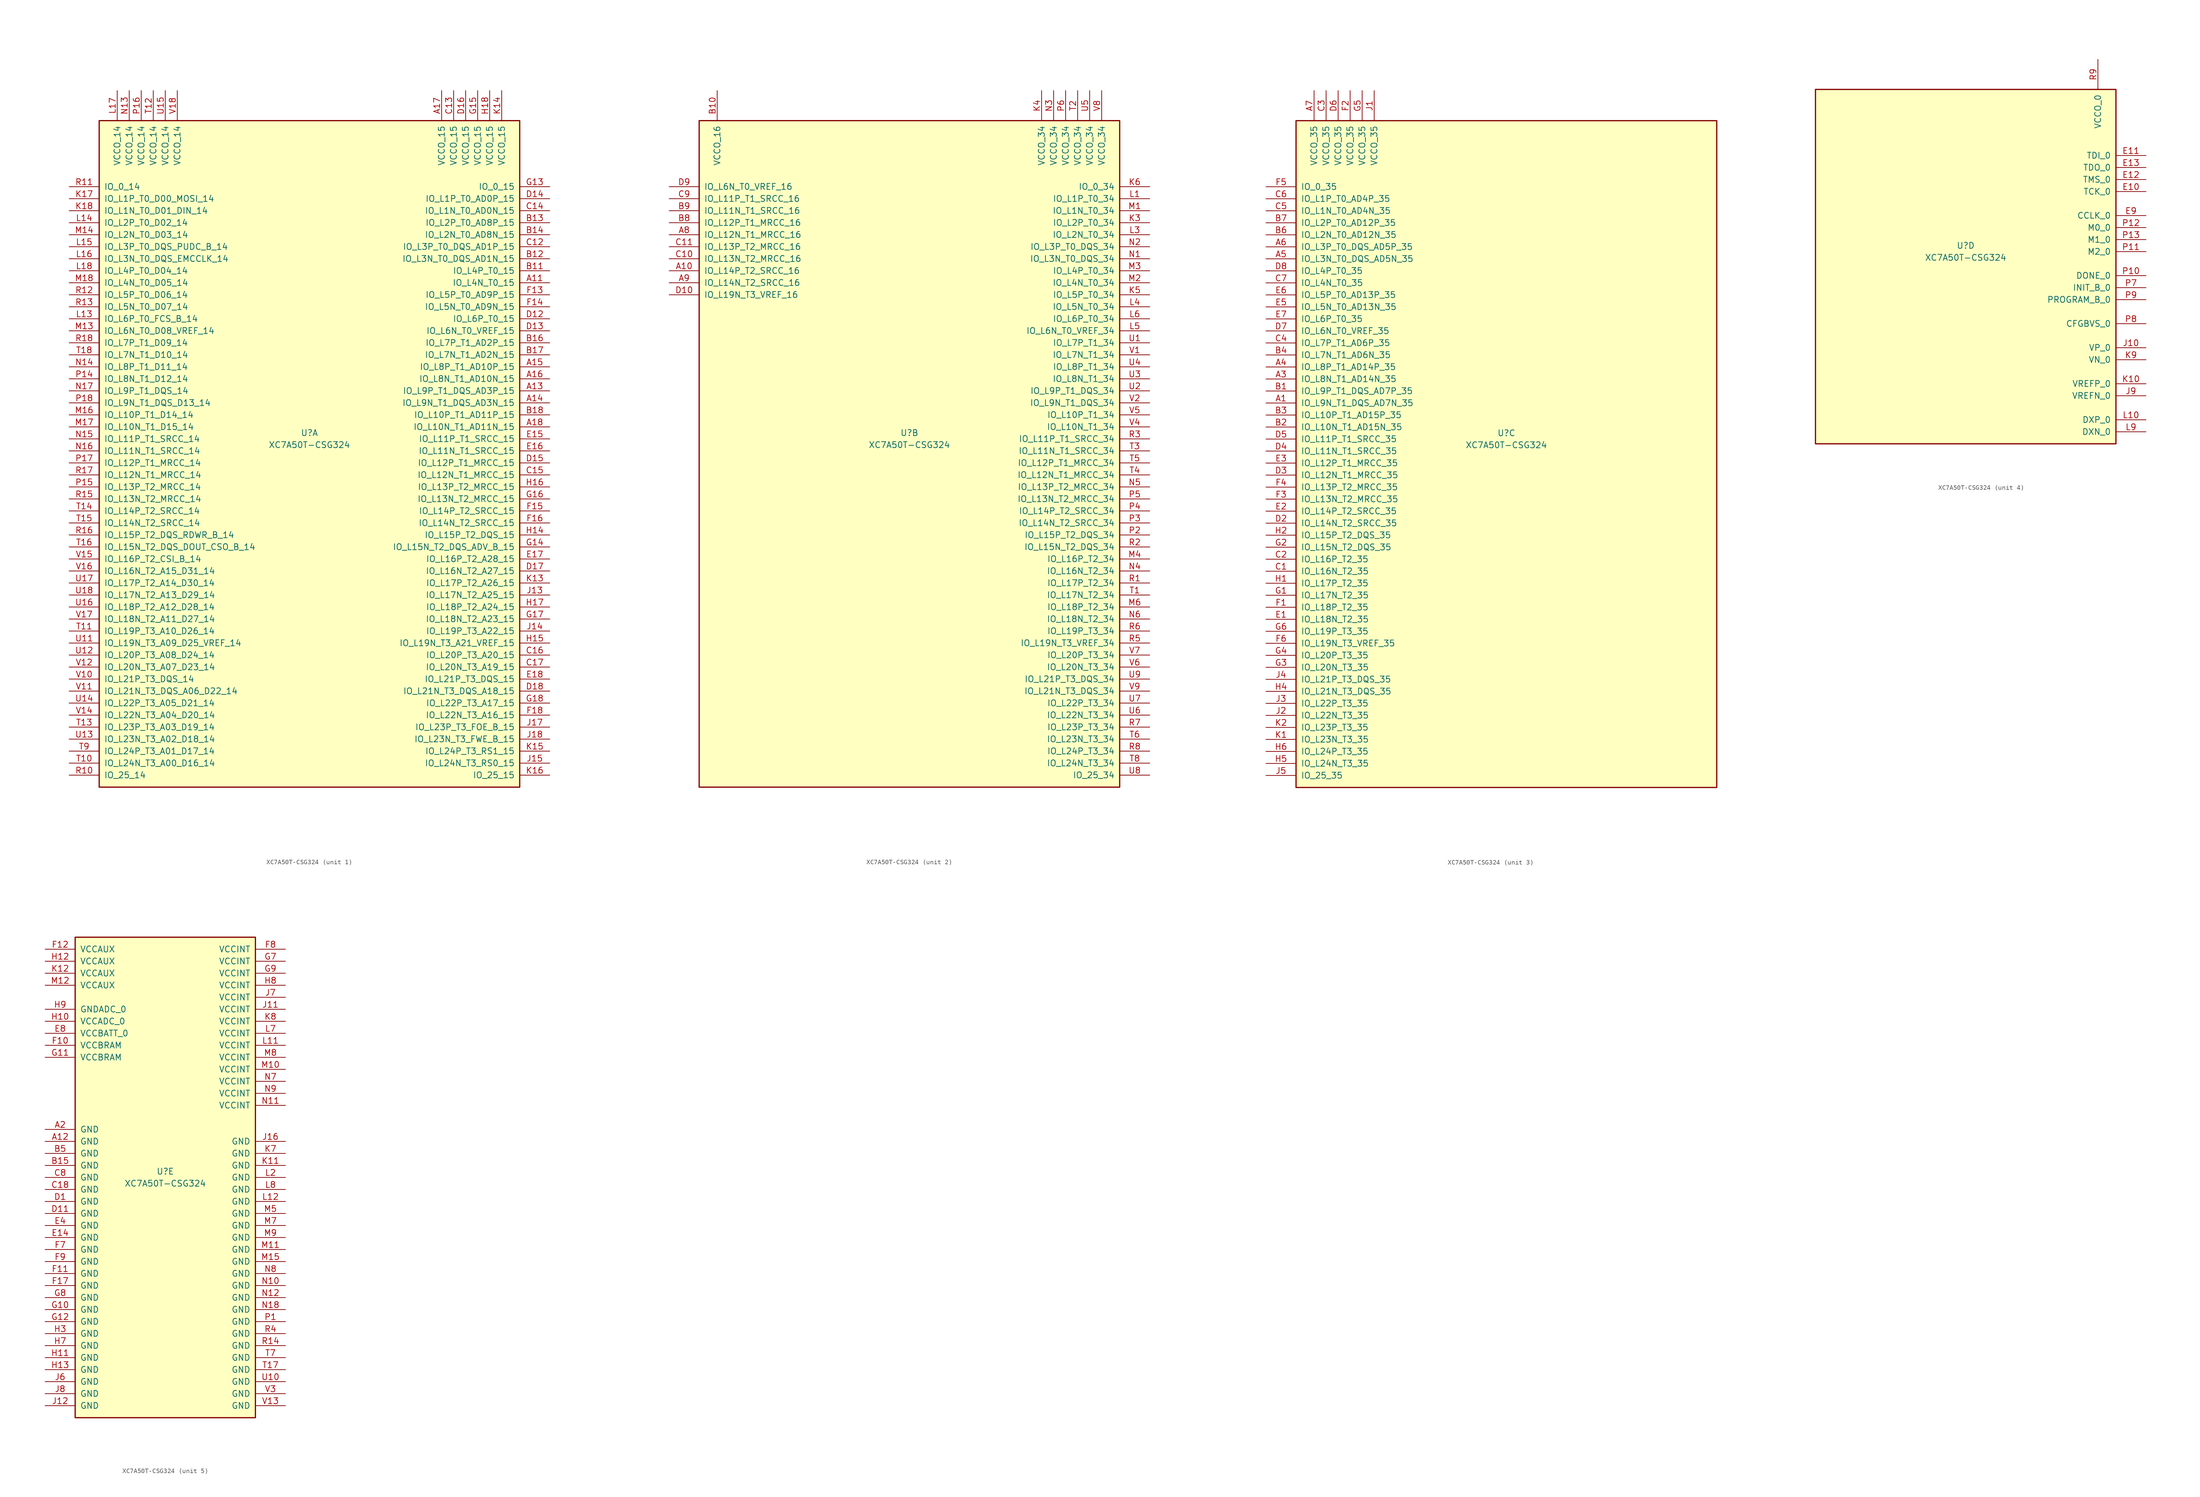
<source format=kicad_sym>
(kicad_symbol_lib
  (version 20220914)
  (generator kicad_symbol_editor)
  (symbol "XC7A50T-CSG324"
    (pin_names
      (offset 1.016))
    (property "Reference" "U"
      (at 0 1.27 0)
      (effects (font (size 1.27 1.27))))
    (property "Value" "XC7A50T-CSG324"
      (at 0 -1.27 0)
      (effects (font (size 1.27 1.27))))
    (property "Datasheet" ""
      (at 0 0 0)
      (effects (font (size 1.27 1.27))))
    (property "ki_locked" ""
      (at 0 0 0)
      (effects (font (size 1.27 1.27))))
    (symbol "XC7A50T-CSG324_1_1"
      (rectangle (start -44.45 67.31) (end 44.45 -73.66) (stroke (width 0.254) (type default)) (fill (type background)))
      (pin bidirectional line (at 50.8 33.02 180) (length 6.35) (name "IO_L4N_T0_15" (effects (font (size 1.27 1.27)))) (number "A11" (effects (font (size 1.27 1.27)))))
      (pin bidirectional line (at 50.8 10.16 180) (length 6.35) (name "IO_L9P_T1_DQS_AD3P_15" (effects (font (size 1.27 1.27)))) (number "A13" (effects (font (size 1.27 1.27)))))
      (pin bidirectional line (at 50.8 7.62 180) (length 6.35) (name "IO_L9N_T1_DQS_AD3N_15" (effects (font (size 1.27 1.27)))) (number "A14" (effects (font (size 1.27 1.27)))))
      (pin bidirectional line (at 50.8 15.24 180) (length 6.35) (name "IO_L8P_T1_AD10P_15" (effects (font (size 1.27 1.27)))) (number "A15" (effects (font (size 1.27 1.27)))))
      (pin bidirectional line (at 50.8 12.7 180) (length 6.35) (name "IO_L8N_T1_AD10N_15" (effects (font (size 1.27 1.27)))) (number "A16" (effects (font (size 1.27 1.27)))))
      (pin power_in line (at 27.94 73.66 270) (length 6.35) (name "VCCO_15" (effects (font (size 1.27 1.27)))) (number "A17" (effects (font (size 1.27 1.27)))))
      (pin bidirectional line (at 50.8 2.54 180) (length 6.35) (name "IO_L10N_T1_AD11N_15" (effects (font (size 1.27 1.27)))) (number "A18" (effects (font (size 1.27 1.27)))))
      (pin bidirectional line (at 50.8 35.56 180) (length 6.35) (name "IO_L4P_T0_15" (effects (font (size 1.27 1.27)))) (number "B11" (effects (font (size 1.27 1.27)))))
      (pin bidirectional line (at 50.8 38.1 180) (length 6.35) (name "IO_L3N_T0_DQS_AD1N_15" (effects (font (size 1.27 1.27)))) (number "B12" (effects (font (size 1.27 1.27)))))
      (pin bidirectional line (at 50.8 45.72 180) (length 6.35) (name "IO_L2P_T0_AD8P_15" (effects (font (size 1.27 1.27)))) (number "B13" (effects (font (size 1.27 1.27)))))
      (pin bidirectional line (at 50.8 43.18 180) (length 6.35) (name "IO_L2N_T0_AD8N_15" (effects (font (size 1.27 1.27)))) (number "B14" (effects (font (size 1.27 1.27)))))
      (pin bidirectional line (at 50.8 20.32 180) (length 6.35) (name "IO_L7P_T1_AD2P_15" (effects (font (size 1.27 1.27)))) (number "B16" (effects (font (size 1.27 1.27)))))
      (pin bidirectional line (at 50.8 17.78 180) (length 6.35) (name "IO_L7N_T1_AD2N_15" (effects (font (size 1.27 1.27)))) (number "B17" (effects (font (size 1.27 1.27)))))
      (pin bidirectional line (at 50.8 5.08 180) (length 6.35) (name "IO_L10P_T1_AD11P_15" (effects (font (size 1.27 1.27)))) (number "B18" (effects (font (size 1.27 1.27)))))
      (pin bidirectional line (at 50.8 40.64 180) (length 6.35) (name "IO_L3P_T0_DQS_AD1P_15" (effects (font (size 1.27 1.27)))) (number "C12" (effects (font (size 1.27 1.27)))))
      (pin power_in line (at 30.48 73.66 270) (length 6.35) (name "VCCO_15" (effects (font (size 1.27 1.27)))) (number "C13" (effects (font (size 1.27 1.27)))))
      (pin bidirectional line (at 50.8 48.26 180) (length 6.35) (name "IO_L1N_T0_AD0N_15" (effects (font (size 1.27 1.27)))) (number "C14" (effects (font (size 1.27 1.27)))))
      (pin bidirectional line (at 50.8 -7.62 180) (length 6.35) (name "IO_L12N_T1_MRCC_15" (effects (font (size 1.27 1.27)))) (number "C15" (effects (font (size 1.27 1.27)))))
      (pin bidirectional line (at 50.8 -45.72 180) (length 6.35) (name "IO_L20P_T3_A20_15" (effects (font (size 1.27 1.27)))) (number "C16" (effects (font (size 1.27 1.27)))))
      (pin bidirectional line (at 50.8 -48.26 180) (length 6.35) (name "IO_L20N_T3_A19_15" (effects (font (size 1.27 1.27)))) (number "C17" (effects (font (size 1.27 1.27)))))
      (pin bidirectional line (at 50.8 25.4 180) (length 6.35) (name "IO_L6P_T0_15" (effects (font (size 1.27 1.27)))) (number "D12" (effects (font (size 1.27 1.27)))))
      (pin bidirectional line (at 50.8 22.86 180) (length 6.35) (name "IO_L6N_T0_VREF_15" (effects (font (size 1.27 1.27)))) (number "D13" (effects (font (size 1.27 1.27)))))
      (pin bidirectional line (at 50.8 50.8 180) (length 6.35) (name "IO_L1P_T0_AD0P_15" (effects (font (size 1.27 1.27)))) (number "D14" (effects (font (size 1.27 1.27)))))
      (pin bidirectional line (at 50.8 -5.08 180) (length 6.35) (name "IO_L12P_T1_MRCC_15" (effects (font (size 1.27 1.27)))) (number "D15" (effects (font (size 1.27 1.27)))))
      (pin power_in line (at 33.02 73.66 270) (length 6.35) (name "VCCO_15" (effects (font (size 1.27 1.27)))) (number "D16" (effects (font (size 1.27 1.27)))))
      (pin bidirectional line (at 50.8 -27.94 180) (length 6.35) (name "IO_L16N_T2_A27_15" (effects (font (size 1.27 1.27)))) (number "D17" (effects (font (size 1.27 1.27)))))
      (pin bidirectional line (at 50.8 -53.34 180) (length 6.35) (name "IO_L21N_T3_DQS_A18_15" (effects (font (size 1.27 1.27)))) (number "D18" (effects (font (size 1.27 1.27)))))
      (pin bidirectional line (at 50.8 0 180) (length 6.35) (name "IO_L11P_T1_SRCC_15" (effects (font (size 1.27 1.27)))) (number "E15" (effects (font (size 1.27 1.27)))))
      (pin bidirectional line (at 50.8 -2.54 180) (length 6.35) (name "IO_L11N_T1_SRCC_15" (effects (font (size 1.27 1.27)))) (number "E16" (effects (font (size 1.27 1.27)))))
      (pin bidirectional line (at 50.8 -25.4 180) (length 6.35) (name "IO_L16P_T2_A28_15" (effects (font (size 1.27 1.27)))) (number "E17" (effects (font (size 1.27 1.27)))))
      (pin bidirectional line (at 50.8 -50.8 180) (length 6.35) (name "IO_L21P_T3_DQS_15" (effects (font (size 1.27 1.27)))) (number "E18" (effects (font (size 1.27 1.27)))))
      (pin bidirectional line (at 50.8 30.48 180) (length 6.35) (name "IO_L5P_T0_AD9P_15" (effects (font (size 1.27 1.27)))) (number "F13" (effects (font (size 1.27 1.27)))))
      (pin bidirectional line (at 50.8 27.94 180) (length 6.35) (name "IO_L5N_T0_AD9N_15" (effects (font (size 1.27 1.27)))) (number "F14" (effects (font (size 1.27 1.27)))))
      (pin bidirectional line (at 50.8 -15.24 180) (length 6.35) (name "IO_L14P_T2_SRCC_15" (effects (font (size 1.27 1.27)))) (number "F15" (effects (font (size 1.27 1.27)))))
      (pin bidirectional line (at 50.8 -17.78 180) (length 6.35) (name "IO_L14N_T2_SRCC_15" (effects (font (size 1.27 1.27)))) (number "F16" (effects (font (size 1.27 1.27)))))
      (pin bidirectional line (at 50.8 -58.42 180) (length 6.35) (name "IO_L22N_T3_A16_15" (effects (font (size 1.27 1.27)))) (number "F18" (effects (font (size 1.27 1.27)))))
      (pin bidirectional line (at 50.8 53.34 180) (length 6.35) (name "IO_0_15" (effects (font (size 1.27 1.27)))) (number "G13" (effects (font (size 1.27 1.27)))))
      (pin bidirectional line (at 50.8 -22.86 180) (length 6.35) (name "IO_L15N_T2_DQS_ADV_B_15" (effects (font (size 1.27 1.27)))) (number "G14" (effects (font (size 1.27 1.27)))))
      (pin power_in line (at 35.56 73.66 270) (length 6.35) (name "VCCO_15" (effects (font (size 1.27 1.27)))) (number "G15" (effects (font (size 1.27 1.27)))))
      (pin bidirectional line (at 50.8 -12.7 180) (length 6.35) (name "IO_L13N_T2_MRCC_15" (effects (font (size 1.27 1.27)))) (number "G16" (effects (font (size 1.27 1.27)))))
      (pin bidirectional line (at 50.8 -38.1 180) (length 6.35) (name "IO_L18N_T2_A23_15" (effects (font (size 1.27 1.27)))) (number "G17" (effects (font (size 1.27 1.27)))))
      (pin bidirectional line (at 50.8 -55.88 180) (length 6.35) (name "IO_L22P_T3_A17_15" (effects (font (size 1.27 1.27)))) (number "G18" (effects (font (size 1.27 1.27)))))
      (pin bidirectional line (at 50.8 -20.32 180) (length 6.35) (name "IO_L15P_T2_DQS_15" (effects (font (size 1.27 1.27)))) (number "H14" (effects (font (size 1.27 1.27)))))
      (pin bidirectional line (at 50.8 -43.18 180) (length 6.35) (name "IO_L19N_T3_A21_VREF_15" (effects (font (size 1.27 1.27)))) (number "H15" (effects (font (size 1.27 1.27)))))
      (pin bidirectional line (at 50.8 -10.16 180) (length 6.35) (name "IO_L13P_T2_MRCC_15" (effects (font (size 1.27 1.27)))) (number "H16" (effects (font (size 1.27 1.27)))))
      (pin bidirectional line (at 50.8 -35.56 180) (length 6.35) (name "IO_L18P_T2_A24_15" (effects (font (size 1.27 1.27)))) (number "H17" (effects (font (size 1.27 1.27)))))
      (pin power_in line (at 38.1 73.66 270) (length 6.35) (name "VCCO_15" (effects (font (size 1.27 1.27)))) (number "H18" (effects (font (size 1.27 1.27)))))
      (pin bidirectional line (at 50.8 -33.02 180) (length 6.35) (name "IO_L17N_T2_A25_15" (effects (font (size 1.27 1.27)))) (number "J13" (effects (font (size 1.27 1.27)))))
      (pin bidirectional line (at 50.8 -40.64 180) (length 6.35) (name "IO_L19P_T3_A22_15" (effects (font (size 1.27 1.27)))) (number "J14" (effects (font (size 1.27 1.27)))))
      (pin bidirectional line (at 50.8 -68.58 180) (length 6.35) (name "IO_L24N_T3_RS0_15" (effects (font (size 1.27 1.27)))) (number "J15" (effects (font (size 1.27 1.27)))))
      (pin bidirectional line (at 50.8 -60.96 180) (length 6.35) (name "IO_L23P_T3_FOE_B_15" (effects (font (size 1.27 1.27)))) (number "J17" (effects (font (size 1.27 1.27)))))
      (pin bidirectional line (at 50.8 -63.5 180) (length 6.35) (name "IO_L23N_T3_FWE_B_15" (effects (font (size 1.27 1.27)))) (number "J18" (effects (font (size 1.27 1.27)))))
      (pin bidirectional line (at 50.8 -30.48 180) (length 6.35) (name "IO_L17P_T2_A26_15" (effects (font (size 1.27 1.27)))) (number "K13" (effects (font (size 1.27 1.27)))))
      (pin power_in line (at 40.64 73.66 270) (length 6.35) (name "VCCO_15" (effects (font (size 1.27 1.27)))) (number "K14" (effects (font (size 1.27 1.27)))))
      (pin bidirectional line (at 50.8 -66.04 180) (length 6.35) (name "IO_L24P_T3_RS1_15" (effects (font (size 1.27 1.27)))) (number "K15" (effects (font (size 1.27 1.27)))))
      (pin bidirectional line (at 50.8 -71.12 180) (length 6.35) (name "IO_25_15" (effects (font (size 1.27 1.27)))) (number "K16" (effects (font (size 1.27 1.27)))))
      (pin bidirectional line (at -50.8 50.8 0) (length 6.35) (name "IO_L1P_T0_D00_MOSI_14" (effects (font (size 1.27 1.27)))) (number "K17" (effects (font (size 1.27 1.27)))))
      (pin bidirectional line (at -50.8 48.26 0) (length 6.35) (name "IO_L1N_T0_D01_DIN_14" (effects (font (size 1.27 1.27)))) (number "K18" (effects (font (size 1.27 1.27)))))
      (pin bidirectional line (at -50.8 25.4 0) (length 6.35) (name "IO_L6P_T0_FCS_B_14" (effects (font (size 1.27 1.27)))) (number "L13" (effects (font (size 1.27 1.27)))))
      (pin bidirectional line (at -50.8 45.72 0) (length 6.35) (name "IO_L2P_T0_D02_14" (effects (font (size 1.27 1.27)))) (number "L14" (effects (font (size 1.27 1.27)))))
      (pin bidirectional line (at -50.8 40.64 0) (length 6.35) (name "IO_L3P_T0_DQS_PUDC_B_14" (effects (font (size 1.27 1.27)))) (number "L15" (effects (font (size 1.27 1.27)))))
      (pin bidirectional line (at -50.8 38.1 0) (length 6.35) (name "IO_L3N_T0_DQS_EMCCLK_14" (effects (font (size 1.27 1.27)))) (number "L16" (effects (font (size 1.27 1.27)))))
      (pin power_in line (at -40.64 73.66 270) (length 6.35) (name "VCCO_14" (effects (font (size 1.27 1.27)))) (number "L17" (effects (font (size 1.27 1.27)))))
      (pin bidirectional line (at -50.8 35.56 0) (length 6.35) (name "IO_L4P_T0_D04_14" (effects (font (size 1.27 1.27)))) (number "L18" (effects (font (size 1.27 1.27)))))
      (pin bidirectional line (at -50.8 22.86 0) (length 6.35) (name "IO_L6N_T0_D08_VREF_14" (effects (font (size 1.27 1.27)))) (number "M13" (effects (font (size 1.27 1.27)))))
      (pin bidirectional line (at -50.8 43.18 0) (length 6.35) (name "IO_L2N_T0_D03_14" (effects (font (size 1.27 1.27)))) (number "M14" (effects (font (size 1.27 1.27)))))
      (pin bidirectional line (at -50.8 5.08 0) (length 6.35) (name "IO_L10P_T1_D14_14" (effects (font (size 1.27 1.27)))) (number "M16" (effects (font (size 1.27 1.27)))))
      (pin bidirectional line (at -50.8 2.54 0) (length 6.35) (name "IO_L10N_T1_D15_14" (effects (font (size 1.27 1.27)))) (number "M17" (effects (font (size 1.27 1.27)))))
      (pin bidirectional line (at -50.8 33.02 0) (length 6.35) (name "IO_L4N_T0_D05_14" (effects (font (size 1.27 1.27)))) (number "M18" (effects (font (size 1.27 1.27)))))
      (pin power_in line (at -38.1 73.66 270) (length 6.35) (name "VCCO_14" (effects (font (size 1.27 1.27)))) (number "N13" (effects (font (size 1.27 1.27)))))
      (pin bidirectional line (at -50.8 15.24 0) (length 6.35) (name "IO_L8P_T1_D11_14" (effects (font (size 1.27 1.27)))) (number "N14" (effects (font (size 1.27 1.27)))))
      (pin bidirectional line (at -50.8 0 0) (length 6.35) (name "IO_L11P_T1_SRCC_14" (effects (font (size 1.27 1.27)))) (number "N15" (effects (font (size 1.27 1.27)))))
      (pin bidirectional line (at -50.8 -2.54 0) (length 6.35) (name "IO_L11N_T1_SRCC_14" (effects (font (size 1.27 1.27)))) (number "N16" (effects (font (size 1.27 1.27)))))
      (pin bidirectional line (at -50.8 10.16 0) (length 6.35) (name "IO_L9P_T1_DQS_14" (effects (font (size 1.27 1.27)))) (number "N17" (effects (font (size 1.27 1.27)))))
      (pin bidirectional line (at -50.8 12.7 0) (length 6.35) (name "IO_L8N_T1_D12_14" (effects (font (size 1.27 1.27)))) (number "P14" (effects (font (size 1.27 1.27)))))
      (pin bidirectional line (at -50.8 -10.16 0) (length 6.35) (name "IO_L13P_T2_MRCC_14" (effects (font (size 1.27 1.27)))) (number "P15" (effects (font (size 1.27 1.27)))))
      (pin power_in line (at -35.56 73.66 270) (length 6.35) (name "VCCO_14" (effects (font (size 1.27 1.27)))) (number "P16" (effects (font (size 1.27 1.27)))))
      (pin bidirectional line (at -50.8 -5.08 0) (length 6.35) (name "IO_L12P_T1_MRCC_14" (effects (font (size 1.27 1.27)))) (number "P17" (effects (font (size 1.27 1.27)))))
      (pin bidirectional line (at -50.8 7.62 0) (length 6.35) (name "IO_L9N_T1_DQS_D13_14" (effects (font (size 1.27 1.27)))) (number "P18" (effects (font (size 1.27 1.27)))))
      (pin bidirectional line (at -50.8 -71.12 0) (length 6.35) (name "IO_25_14" (effects (font (size 1.27 1.27)))) (number "R10" (effects (font (size 1.27 1.27)))))
      (pin bidirectional line (at -50.8 53.34 0) (length 6.35) (name "IO_0_14" (effects (font (size 1.27 1.27)))) (number "R11" (effects (font (size 1.27 1.27)))))
      (pin bidirectional line (at -50.8 30.48 0) (length 6.35) (name "IO_L5P_T0_D06_14" (effects (font (size 1.27 1.27)))) (number "R12" (effects (font (size 1.27 1.27)))))
      (pin bidirectional line (at -50.8 27.94 0) (length 6.35) (name "IO_L5N_T0_D07_14" (effects (font (size 1.27 1.27)))) (number "R13" (effects (font (size 1.27 1.27)))))
      (pin bidirectional line (at -50.8 -12.7 0) (length 6.35) (name "IO_L13N_T2_MRCC_14" (effects (font (size 1.27 1.27)))) (number "R15" (effects (font (size 1.27 1.27)))))
      (pin bidirectional line (at -50.8 -20.32 0) (length 6.35) (name "IO_L15P_T2_DQS_RDWR_B_14" (effects (font (size 1.27 1.27)))) (number "R16" (effects (font (size 1.27 1.27)))))
      (pin bidirectional line (at -50.8 -7.62 0) (length 6.35) (name "IO_L12N_T1_MRCC_14" (effects (font (size 1.27 1.27)))) (number "R17" (effects (font (size 1.27 1.27)))))
      (pin bidirectional line (at -50.8 20.32 0) (length 6.35) (name "IO_L7P_T1_D09_14" (effects (font (size 1.27 1.27)))) (number "R18" (effects (font (size 1.27 1.27)))))
      (pin bidirectional line (at -50.8 -68.58 0) (length 6.35) (name "IO_L24N_T3_A00_D16_14" (effects (font (size 1.27 1.27)))) (number "T10" (effects (font (size 1.27 1.27)))))
      (pin bidirectional line (at -50.8 -40.64 0) (length 6.35) (name "IO_L19P_T3_A10_D26_14" (effects (font (size 1.27 1.27)))) (number "T11" (effects (font (size 1.27 1.27)))))
      (pin power_in line (at -33.02 73.66 270) (length 6.35) (name "VCCO_14" (effects (font (size 1.27 1.27)))) (number "T12" (effects (font (size 1.27 1.27)))))
      (pin bidirectional line (at -50.8 -60.96 0) (length 6.35) (name "IO_L23P_T3_A03_D19_14" (effects (font (size 1.27 1.27)))) (number "T13" (effects (font (size 1.27 1.27)))))
      (pin bidirectional line (at -50.8 -15.24 0) (length 6.35) (name "IO_L14P_T2_SRCC_14" (effects (font (size 1.27 1.27)))) (number "T14" (effects (font (size 1.27 1.27)))))
      (pin bidirectional line (at -50.8 -17.78 0) (length 6.35) (name "IO_L14N_T2_SRCC_14" (effects (font (size 1.27 1.27)))) (number "T15" (effects (font (size 1.27 1.27)))))
      (pin bidirectional line (at -50.8 -22.86 0) (length 6.35) (name "IO_L15N_T2_DQS_DOUT_CSO_B_14" (effects (font (size 1.27 1.27)))) (number "T16" (effects (font (size 1.27 1.27)))))
      (pin bidirectional line (at -50.8 17.78 0) (length 6.35) (name "IO_L7N_T1_D10_14" (effects (font (size 1.27 1.27)))) (number "T18" (effects (font (size 1.27 1.27)))))
      (pin bidirectional line (at -50.8 -66.04 0) (length 6.35) (name "IO_L24P_T3_A01_D17_14" (effects (font (size 1.27 1.27)))) (number "T9" (effects (font (size 1.27 1.27)))))
      (pin bidirectional line (at -50.8 -43.18 0) (length 6.35) (name "IO_L19N_T3_A09_D25_VREF_14" (effects (font (size 1.27 1.27)))) (number "U11" (effects (font (size 1.27 1.27)))))
      (pin bidirectional line (at -50.8 -45.72 0) (length 6.35) (name "IO_L20P_T3_A08_D24_14" (effects (font (size 1.27 1.27)))) (number "U12" (effects (font (size 1.27 1.27)))))
      (pin bidirectional line (at -50.8 -63.5 0) (length 6.35) (name "IO_L23N_T3_A02_D18_14" (effects (font (size 1.27 1.27)))) (number "U13" (effects (font (size 1.27 1.27)))))
      (pin bidirectional line (at -50.8 -55.88 0) (length 6.35) (name "IO_L22P_T3_A05_D21_14" (effects (font (size 1.27 1.27)))) (number "U14" (effects (font (size 1.27 1.27)))))
      (pin power_in line (at -30.48 73.66 270) (length 6.35) (name "VCCO_14" (effects (font (size 1.27 1.27)))) (number "U15" (effects (font (size 1.27 1.27)))))
      (pin bidirectional line (at -50.8 -35.56 0) (length 6.35) (name "IO_L18P_T2_A12_D28_14" (effects (font (size 1.27 1.27)))) (number "U16" (effects (font (size 1.27 1.27)))))
      (pin bidirectional line (at -50.8 -30.48 0) (length 6.35) (name "IO_L17P_T2_A14_D30_14" (effects (font (size 1.27 1.27)))) (number "U17" (effects (font (size 1.27 1.27)))))
      (pin bidirectional line (at -50.8 -33.02 0) (length 6.35) (name "IO_L17N_T2_A13_D29_14" (effects (font (size 1.27 1.27)))) (number "U18" (effects (font (size 1.27 1.27)))))
      (pin bidirectional line (at -50.8 -50.8 0) (length 6.35) (name "IO_L21P_T3_DQS_14" (effects (font (size 1.27 1.27)))) (number "V10" (effects (font (size 1.27 1.27)))))
      (pin bidirectional line (at -50.8 -53.34 0) (length 6.35) (name "IO_L21N_T3_DQS_A06_D22_14" (effects (font (size 1.27 1.27)))) (number "V11" (effects (font (size 1.27 1.27)))))
      (pin bidirectional line (at -50.8 -48.26 0) (length 6.35) (name "IO_L20N_T3_A07_D23_14" (effects (font (size 1.27 1.27)))) (number "V12" (effects (font (size 1.27 1.27)))))
      (pin bidirectional line (at -50.8 -58.42 0) (length 6.35) (name "IO_L22N_T3_A04_D20_14" (effects (font (size 1.27 1.27)))) (number "V14" (effects (font (size 1.27 1.27)))))
      (pin bidirectional line (at -50.8 -25.4 0) (length 6.35) (name "IO_L16P_T2_CSI_B_14" (effects (font (size 1.27 1.27)))) (number "V15" (effects (font (size 1.27 1.27)))))
      (pin bidirectional line (at -50.8 -27.94 0) (length 6.35) (name "IO_L16N_T2_A15_D31_14" (effects (font (size 1.27 1.27)))) (number "V16" (effects (font (size 1.27 1.27)))))
      (pin bidirectional line (at -50.8 -38.1 0) (length 6.35) (name "IO_L18N_T2_A11_D27_14" (effects (font (size 1.27 1.27)))) (number "V17" (effects (font (size 1.27 1.27)))))
      (pin power_in line (at -27.94 73.66 270) (length 6.35) (name "VCCO_14" (effects (font (size 1.27 1.27)))) (number "V18" (effects (font (size 1.27 1.27))))))
    (symbol "XC7A50T-CSG324_2_1"
      (rectangle (start -44.45 67.31) (end 44.45 -73.66) (stroke (width 0.254) (type default)) (fill (type background)))
      (pin bidirectional line (at -50.8 35.56 0) (length 6.35) (name "IO_L14P_T2_SRCC_16" (effects (font (size 1.27 1.27)))) (number "A10" (effects (font (size 1.27 1.27)))))
      (pin bidirectional line (at -50.8 43.18 0) (length 6.35) (name "IO_L12N_T1_MRCC_16" (effects (font (size 1.27 1.27)))) (number "A8" (effects (font (size 1.27 1.27)))))
      (pin bidirectional line (at -50.8 33.02 0) (length 6.35) (name "IO_L14N_T2_SRCC_16" (effects (font (size 1.27 1.27)))) (number "A9" (effects (font (size 1.27 1.27)))))
      (pin power_in line (at -40.64 73.66 270) (length 6.35) (name "VCCO_16" (effects (font (size 1.27 1.27)))) (number "B10" (effects (font (size 1.27 1.27)))))
      (pin bidirectional line (at -50.8 45.72 0) (length 6.35) (name "IO_L12P_T1_MRCC_16" (effects (font (size 1.27 1.27)))) (number "B8" (effects (font (size 1.27 1.27)))))
      (pin bidirectional line (at -50.8 48.26 0) (length 6.35) (name "IO_L11N_T1_SRCC_16" (effects (font (size 1.27 1.27)))) (number "B9" (effects (font (size 1.27 1.27)))))
      (pin bidirectional line (at -50.8 38.1 0) (length 6.35) (name "IO_L13N_T2_MRCC_16" (effects (font (size 1.27 1.27)))) (number "C10" (effects (font (size 1.27 1.27)))))
      (pin bidirectional line (at -50.8 40.64 0) (length 6.35) (name "IO_L13P_T2_MRCC_16" (effects (font (size 1.27 1.27)))) (number "C11" (effects (font (size 1.27 1.27)))))
      (pin bidirectional line (at -50.8 50.8 0) (length 6.35) (name "IO_L11P_T1_SRCC_16" (effects (font (size 1.27 1.27)))) (number "C9" (effects (font (size 1.27 1.27)))))
      (pin bidirectional line (at -50.8 30.48 0) (length 6.35) (name "IO_L19N_T3_VREF_16" (effects (font (size 1.27 1.27)))) (number "D10" (effects (font (size 1.27 1.27)))))
      (pin bidirectional line (at -50.8 53.34 0) (length 6.35) (name "IO_L6N_T0_VREF_16" (effects (font (size 1.27 1.27)))) (number "D9" (effects (font (size 1.27 1.27)))))
      (pin bidirectional line (at 50.8 45.72 180) (length 6.35) (name "IO_L2P_T0_34" (effects (font (size 1.27 1.27)))) (number "K3" (effects (font (size 1.27 1.27)))))
      (pin power_in line (at 27.94 73.66 270) (length 6.35) (name "VCCO_34" (effects (font (size 1.27 1.27)))) (number "K4" (effects (font (size 1.27 1.27)))))
      (pin bidirectional line (at 50.8 30.48 180) (length 6.35) (name "IO_L5P_T0_34" (effects (font (size 1.27 1.27)))) (number "K5" (effects (font (size 1.27 1.27)))))
      (pin bidirectional line (at 50.8 53.34 180) (length 6.35) (name "IO_0_34" (effects (font (size 1.27 1.27)))) (number "K6" (effects (font (size 1.27 1.27)))))
      (pin bidirectional line (at 50.8 50.8 180) (length 6.35) (name "IO_L1P_T0_34" (effects (font (size 1.27 1.27)))) (number "L1" (effects (font (size 1.27 1.27)))))
      (pin bidirectional line (at 50.8 43.18 180) (length 6.35) (name "IO_L2N_T0_34" (effects (font (size 1.27 1.27)))) (number "L3" (effects (font (size 1.27 1.27)))))
      (pin bidirectional line (at 50.8 27.94 180) (length 6.35) (name "IO_L5N_T0_34" (effects (font (size 1.27 1.27)))) (number "L4" (effects (font (size 1.27 1.27)))))
      (pin bidirectional line (at 50.8 22.86 180) (length 6.35) (name "IO_L6N_T0_VREF_34" (effects (font (size 1.27 1.27)))) (number "L5" (effects (font (size 1.27 1.27)))))
      (pin bidirectional line (at 50.8 25.4 180) (length 6.35) (name "IO_L6P_T0_34" (effects (font (size 1.27 1.27)))) (number "L6" (effects (font (size 1.27 1.27)))))
      (pin bidirectional line (at 50.8 48.26 180) (length 6.35) (name "IO_L1N_T0_34" (effects (font (size 1.27 1.27)))) (number "M1" (effects (font (size 1.27 1.27)))))
      (pin bidirectional line (at 50.8 33.02 180) (length 6.35) (name "IO_L4N_T0_34" (effects (font (size 1.27 1.27)))) (number "M2" (effects (font (size 1.27 1.27)))))
      (pin bidirectional line (at 50.8 35.56 180) (length 6.35) (name "IO_L4P_T0_34" (effects (font (size 1.27 1.27)))) (number "M3" (effects (font (size 1.27 1.27)))))
      (pin bidirectional line (at 50.8 -25.4 180) (length 6.35) (name "IO_L16P_T2_34" (effects (font (size 1.27 1.27)))) (number "M4" (effects (font (size 1.27 1.27)))))
      (pin bidirectional line (at 50.8 -35.56 180) (length 6.35) (name "IO_L18P_T2_34" (effects (font (size 1.27 1.27)))) (number "M6" (effects (font (size 1.27 1.27)))))
      (pin bidirectional line (at 50.8 38.1 180) (length 6.35) (name "IO_L3N_T0_DQS_34" (effects (font (size 1.27 1.27)))) (number "N1" (effects (font (size 1.27 1.27)))))
      (pin bidirectional line (at 50.8 40.64 180) (length 6.35) (name "IO_L3P_T0_DQS_34" (effects (font (size 1.27 1.27)))) (number "N2" (effects (font (size 1.27 1.27)))))
      (pin power_in line (at 30.48 73.66 270) (length 6.35) (name "VCCO_34" (effects (font (size 1.27 1.27)))) (number "N3" (effects (font (size 1.27 1.27)))))
      (pin bidirectional line (at 50.8 -27.94 180) (length 6.35) (name "IO_L16N_T2_34" (effects (font (size 1.27 1.27)))) (number "N4" (effects (font (size 1.27 1.27)))))
      (pin bidirectional line (at 50.8 -10.16 180) (length 6.35) (name "IO_L13P_T2_MRCC_34" (effects (font (size 1.27 1.27)))) (number "N5" (effects (font (size 1.27 1.27)))))
      (pin bidirectional line (at 50.8 -38.1 180) (length 6.35) (name "IO_L18N_T2_34" (effects (font (size 1.27 1.27)))) (number "N6" (effects (font (size 1.27 1.27)))))
      (pin bidirectional line (at 50.8 -20.32 180) (length 6.35) (name "IO_L15P_T2_DQS_34" (effects (font (size 1.27 1.27)))) (number "P2" (effects (font (size 1.27 1.27)))))
      (pin bidirectional line (at 50.8 -17.78 180) (length 6.35) (name "IO_L14N_T2_SRCC_34" (effects (font (size 1.27 1.27)))) (number "P3" (effects (font (size 1.27 1.27)))))
      (pin bidirectional line (at 50.8 -15.24 180) (length 6.35) (name "IO_L14P_T2_SRCC_34" (effects (font (size 1.27 1.27)))) (number "P4" (effects (font (size 1.27 1.27)))))
      (pin bidirectional line (at 50.8 -12.7 180) (length 6.35) (name "IO_L13N_T2_MRCC_34" (effects (font (size 1.27 1.27)))) (number "P5" (effects (font (size 1.27 1.27)))))
      (pin power_in line (at 33.02 73.66 270) (length 6.35) (name "VCCO_34" (effects (font (size 1.27 1.27)))) (number "P6" (effects (font (size 1.27 1.27)))))
      (pin bidirectional line (at 50.8 -30.48 180) (length 6.35) (name "IO_L17P_T2_34" (effects (font (size 1.27 1.27)))) (number "R1" (effects (font (size 1.27 1.27)))))
      (pin bidirectional line (at 50.8 -22.86 180) (length 6.35) (name "IO_L15N_T2_DQS_34" (effects (font (size 1.27 1.27)))) (number "R2" (effects (font (size 1.27 1.27)))))
      (pin bidirectional line (at 50.8 0 180) (length 6.35) (name "IO_L11P_T1_SRCC_34" (effects (font (size 1.27 1.27)))) (number "R3" (effects (font (size 1.27 1.27)))))
      (pin bidirectional line (at 50.8 -43.18 180) (length 6.35) (name "IO_L19N_T3_VREF_34" (effects (font (size 1.27 1.27)))) (number "R5" (effects (font (size 1.27 1.27)))))
      (pin bidirectional line (at 50.8 -40.64 180) (length 6.35) (name "IO_L19P_T3_34" (effects (font (size 1.27 1.27)))) (number "R6" (effects (font (size 1.27 1.27)))))
      (pin bidirectional line (at 50.8 -60.96 180) (length 6.35) (name "IO_L23P_T3_34" (effects (font (size 1.27 1.27)))) (number "R7" (effects (font (size 1.27 1.27)))))
      (pin bidirectional line (at 50.8 -66.04 180) (length 6.35) (name "IO_L24P_T3_34" (effects (font (size 1.27 1.27)))) (number "R8" (effects (font (size 1.27 1.27)))))
      (pin bidirectional line (at 50.8 -33.02 180) (length 6.35) (name "IO_L17N_T2_34" (effects (font (size 1.27 1.27)))) (number "T1" (effects (font (size 1.27 1.27)))))
      (pin power_in line (at 35.56 73.66 270) (length 6.35) (name "VCCO_34" (effects (font (size 1.27 1.27)))) (number "T2" (effects (font (size 1.27 1.27)))))
      (pin bidirectional line (at 50.8 -2.54 180) (length 6.35) (name "IO_L11N_T1_SRCC_34" (effects (font (size 1.27 1.27)))) (number "T3" (effects (font (size 1.27 1.27)))))
      (pin bidirectional line (at 50.8 -7.62 180) (length 6.35) (name "IO_L12N_T1_MRCC_34" (effects (font (size 1.27 1.27)))) (number "T4" (effects (font (size 1.27 1.27)))))
      (pin bidirectional line (at 50.8 -5.08 180) (length 6.35) (name "IO_L12P_T1_MRCC_34" (effects (font (size 1.27 1.27)))) (number "T5" (effects (font (size 1.27 1.27)))))
      (pin bidirectional line (at 50.8 -63.5 180) (length 6.35) (name "IO_L23N_T3_34" (effects (font (size 1.27 1.27)))) (number "T6" (effects (font (size 1.27 1.27)))))
      (pin bidirectional line (at 50.8 -68.58 180) (length 6.35) (name "IO_L24N_T3_34" (effects (font (size 1.27 1.27)))) (number "T8" (effects (font (size 1.27 1.27)))))
      (pin bidirectional line (at 50.8 20.32 180) (length 6.35) (name "IO_L7P_T1_34" (effects (font (size 1.27 1.27)))) (number "U1" (effects (font (size 1.27 1.27)))))
      (pin bidirectional line (at 50.8 10.16 180) (length 6.35) (name "IO_L9P_T1_DQS_34" (effects (font (size 1.27 1.27)))) (number "U2" (effects (font (size 1.27 1.27)))))
      (pin bidirectional line (at 50.8 12.7 180) (length 6.35) (name "IO_L8N_T1_34" (effects (font (size 1.27 1.27)))) (number "U3" (effects (font (size 1.27 1.27)))))
      (pin bidirectional line (at 50.8 15.24 180) (length 6.35) (name "IO_L8P_T1_34" (effects (font (size 1.27 1.27)))) (number "U4" (effects (font (size 1.27 1.27)))))
      (pin power_in line (at 38.1 73.66 270) (length 6.35) (name "VCCO_34" (effects (font (size 1.27 1.27)))) (number "U5" (effects (font (size 1.27 1.27)))))
      (pin bidirectional line (at 50.8 -58.42 180) (length 6.35) (name "IO_L22N_T3_34" (effects (font (size 1.27 1.27)))) (number "U6" (effects (font (size 1.27 1.27)))))
      (pin bidirectional line (at 50.8 -55.88 180) (length 6.35) (name "IO_L22P_T3_34" (effects (font (size 1.27 1.27)))) (number "U7" (effects (font (size 1.27 1.27)))))
      (pin bidirectional line (at 50.8 -71.12 180) (length 6.35) (name "IO_25_34" (effects (font (size 1.27 1.27)))) (number "U8" (effects (font (size 1.27 1.27)))))
      (pin bidirectional line (at 50.8 -50.8 180) (length 6.35) (name "IO_L21P_T3_DQS_34" (effects (font (size 1.27 1.27)))) (number "U9" (effects (font (size 1.27 1.27)))))
      (pin bidirectional line (at 50.8 17.78 180) (length 6.35) (name "IO_L7N_T1_34" (effects (font (size 1.27 1.27)))) (number "V1" (effects (font (size 1.27 1.27)))))
      (pin bidirectional line (at 50.8 7.62 180) (length 6.35) (name "IO_L9N_T1_DQS_34" (effects (font (size 1.27 1.27)))) (number "V2" (effects (font (size 1.27 1.27)))))
      (pin bidirectional line (at 50.8 2.54 180) (length 6.35) (name "IO_L10N_T1_34" (effects (font (size 1.27 1.27)))) (number "V4" (effects (font (size 1.27 1.27)))))
      (pin bidirectional line (at 50.8 5.08 180) (length 6.35) (name "IO_L10P_T1_34" (effects (font (size 1.27 1.27)))) (number "V5" (effects (font (size 1.27 1.27)))))
      (pin bidirectional line (at 50.8 -48.26 180) (length 6.35) (name "IO_L20N_T3_34" (effects (font (size 1.27 1.27)))) (number "V6" (effects (font (size 1.27 1.27)))))
      (pin bidirectional line (at 50.8 -45.72 180) (length 6.35) (name "IO_L20P_T3_34" (effects (font (size 1.27 1.27)))) (number "V7" (effects (font (size 1.27 1.27)))))
      (pin power_in line (at 40.64 73.66 270) (length 6.35) (name "VCCO_34" (effects (font (size 1.27 1.27)))) (number "V8" (effects (font (size 1.27 1.27)))))
      (pin bidirectional line (at 50.8 -53.34 180) (length 6.35) (name "IO_L21N_T3_DQS_34" (effects (font (size 1.27 1.27)))) (number "V9" (effects (font (size 1.27 1.27))))))
    (symbol "XC7A50T-CSG324_3_1"
      (rectangle (start -44.45 67.31) (end 44.45 -73.66) (stroke (width 0.254) (type default)) (fill (type background)))
      (pin bidirectional line (at -50.8 7.62 0) (length 6.35) (name "IO_L9N_T1_DQS_AD7N_35" (effects (font (size 1.27 1.27)))) (number "A1" (effects (font (size 1.27 1.27)))))
      (pin bidirectional line (at -50.8 12.7 0) (length 6.35) (name "IO_L8N_T1_AD14N_35" (effects (font (size 1.27 1.27)))) (number "A3" (effects (font (size 1.27 1.27)))))
      (pin bidirectional line (at -50.8 15.24 0) (length 6.35) (name "IO_L8P_T1_AD14P_35" (effects (font (size 1.27 1.27)))) (number "A4" (effects (font (size 1.27 1.27)))))
      (pin bidirectional line (at -50.8 38.1 0) (length 6.35) (name "IO_L3N_T0_DQS_AD5N_35" (effects (font (size 1.27 1.27)))) (number "A5" (effects (font (size 1.27 1.27)))))
      (pin bidirectional line (at -50.8 40.64 0) (length 6.35) (name "IO_L3P_T0_DQS_AD5P_35" (effects (font (size 1.27 1.27)))) (number "A6" (effects (font (size 1.27 1.27)))))
      (pin power_in line (at -40.64 73.66 270) (length 6.35) (name "VCCO_35" (effects (font (size 1.27 1.27)))) (number "A7" (effects (font (size 1.27 1.27)))))
      (pin bidirectional line (at -50.8 10.16 0) (length 6.35) (name "IO_L9P_T1_DQS_AD7P_35" (effects (font (size 1.27 1.27)))) (number "B1" (effects (font (size 1.27 1.27)))))
      (pin bidirectional line (at -50.8 2.54 0) (length 6.35) (name "IO_L10N_T1_AD15N_35" (effects (font (size 1.27 1.27)))) (number "B2" (effects (font (size 1.27 1.27)))))
      (pin bidirectional line (at -50.8 5.08 0) (length 6.35) (name "IO_L10P_T1_AD15P_35" (effects (font (size 1.27 1.27)))) (number "B3" (effects (font (size 1.27 1.27)))))
      (pin bidirectional line (at -50.8 17.78 0) (length 6.35) (name "IO_L7N_T1_AD6N_35" (effects (font (size 1.27 1.27)))) (number "B4" (effects (font (size 1.27 1.27)))))
      (pin bidirectional line (at -50.8 43.18 0) (length 6.35) (name "IO_L2N_T0_AD12N_35" (effects (font (size 1.27 1.27)))) (number "B6" (effects (font (size 1.27 1.27)))))
      (pin bidirectional line (at -50.8 45.72 0) (length 6.35) (name "IO_L2P_T0_AD12P_35" (effects (font (size 1.27 1.27)))) (number "B7" (effects (font (size 1.27 1.27)))))
      (pin bidirectional line (at -50.8 -27.94 0) (length 6.35) (name "IO_L16N_T2_35" (effects (font (size 1.27 1.27)))) (number "C1" (effects (font (size 1.27 1.27)))))
      (pin bidirectional line (at -50.8 -25.4 0) (length 6.35) (name "IO_L16P_T2_35" (effects (font (size 1.27 1.27)))) (number "C2" (effects (font (size 1.27 1.27)))))
      (pin power_in line (at -38.1 73.66 270) (length 6.35) (name "VCCO_35" (effects (font (size 1.27 1.27)))) (number "C3" (effects (font (size 1.27 1.27)))))
      (pin bidirectional line (at -50.8 20.32 0) (length 6.35) (name "IO_L7P_T1_AD6P_35" (effects (font (size 1.27 1.27)))) (number "C4" (effects (font (size 1.27 1.27)))))
      (pin bidirectional line (at -50.8 48.26 0) (length 6.35) (name "IO_L1N_T0_AD4N_35" (effects (font (size 1.27 1.27)))) (number "C5" (effects (font (size 1.27 1.27)))))
      (pin bidirectional line (at -50.8 50.8 0) (length 6.35) (name "IO_L1P_T0_AD4P_35" (effects (font (size 1.27 1.27)))) (number "C6" (effects (font (size 1.27 1.27)))))
      (pin bidirectional line (at -50.8 33.02 0) (length 6.35) (name "IO_L4N_T0_35" (effects (font (size 1.27 1.27)))) (number "C7" (effects (font (size 1.27 1.27)))))
      (pin bidirectional line (at -50.8 -17.78 0) (length 6.35) (name "IO_L14N_T2_SRCC_35" (effects (font (size 1.27 1.27)))) (number "D2" (effects (font (size 1.27 1.27)))))
      (pin bidirectional line (at -50.8 -7.62 0) (length 6.35) (name "IO_L12N_T1_MRCC_35" (effects (font (size 1.27 1.27)))) (number "D3" (effects (font (size 1.27 1.27)))))
      (pin bidirectional line (at -50.8 -2.54 0) (length 6.35) (name "IO_L11N_T1_SRCC_35" (effects (font (size 1.27 1.27)))) (number "D4" (effects (font (size 1.27 1.27)))))
      (pin bidirectional line (at -50.8 0 0) (length 6.35) (name "IO_L11P_T1_SRCC_35" (effects (font (size 1.27 1.27)))) (number "D5" (effects (font (size 1.27 1.27)))))
      (pin power_in line (at -35.56 73.66 270) (length 6.35) (name "VCCO_35" (effects (font (size 1.27 1.27)))) (number "D6" (effects (font (size 1.27 1.27)))))
      (pin bidirectional line (at -50.8 22.86 0) (length 6.35) (name "IO_L6N_T0_VREF_35" (effects (font (size 1.27 1.27)))) (number "D7" (effects (font (size 1.27 1.27)))))
      (pin bidirectional line (at -50.8 35.56 0) (length 6.35) (name "IO_L4P_T0_35" (effects (font (size 1.27 1.27)))) (number "D8" (effects (font (size 1.27 1.27)))))
      (pin bidirectional line (at -50.8 -38.1 0) (length 6.35) (name "IO_L18N_T2_35" (effects (font (size 1.27 1.27)))) (number "E1" (effects (font (size 1.27 1.27)))))
      (pin bidirectional line (at -50.8 -15.24 0) (length 6.35) (name "IO_L14P_T2_SRCC_35" (effects (font (size 1.27 1.27)))) (number "E2" (effects (font (size 1.27 1.27)))))
      (pin bidirectional line (at -50.8 -5.08 0) (length 6.35) (name "IO_L12P_T1_MRCC_35" (effects (font (size 1.27 1.27)))) (number "E3" (effects (font (size 1.27 1.27)))))
      (pin bidirectional line (at -50.8 27.94 0) (length 6.35) (name "IO_L5N_T0_AD13N_35" (effects (font (size 1.27 1.27)))) (number "E5" (effects (font (size 1.27 1.27)))))
      (pin bidirectional line (at -50.8 30.48 0) (length 6.35) (name "IO_L5P_T0_AD13P_35" (effects (font (size 1.27 1.27)))) (number "E6" (effects (font (size 1.27 1.27)))))
      (pin bidirectional line (at -50.8 25.4 0) (length 6.35) (name "IO_L6P_T0_35" (effects (font (size 1.27 1.27)))) (number "E7" (effects (font (size 1.27 1.27)))))
      (pin bidirectional line (at -50.8 -35.56 0) (length 6.35) (name "IO_L18P_T2_35" (effects (font (size 1.27 1.27)))) (number "F1" (effects (font (size 1.27 1.27)))))
      (pin power_in line (at -33.02 73.66 270) (length 6.35) (name "VCCO_35" (effects (font (size 1.27 1.27)))) (number "F2" (effects (font (size 1.27 1.27)))))
      (pin bidirectional line (at -50.8 -12.7 0) (length 6.35) (name "IO_L13N_T2_MRCC_35" (effects (font (size 1.27 1.27)))) (number "F3" (effects (font (size 1.27 1.27)))))
      (pin bidirectional line (at -50.8 -10.16 0) (length 6.35) (name "IO_L13P_T2_MRCC_35" (effects (font (size 1.27 1.27)))) (number "F4" (effects (font (size 1.27 1.27)))))
      (pin bidirectional line (at -50.8 53.34 0) (length 6.35) (name "IO_0_35" (effects (font (size 1.27 1.27)))) (number "F5" (effects (font (size 1.27 1.27)))))
      (pin bidirectional line (at -50.8 -43.18 0) (length 6.35) (name "IO_L19N_T3_VREF_35" (effects (font (size 1.27 1.27)))) (number "F6" (effects (font (size 1.27 1.27)))))
      (pin bidirectional line (at -50.8 -33.02 0) (length 6.35) (name "IO_L17N_T2_35" (effects (font (size 1.27 1.27)))) (number "G1" (effects (font (size 1.27 1.27)))))
      (pin bidirectional line (at -50.8 -22.86 0) (length 6.35) (name "IO_L15N_T2_DQS_35" (effects (font (size 1.27 1.27)))) (number "G2" (effects (font (size 1.27 1.27)))))
      (pin bidirectional line (at -50.8 -48.26 0) (length 6.35) (name "IO_L20N_T3_35" (effects (font (size 1.27 1.27)))) (number "G3" (effects (font (size 1.27 1.27)))))
      (pin bidirectional line (at -50.8 -45.72 0) (length 6.35) (name "IO_L20P_T3_35" (effects (font (size 1.27 1.27)))) (number "G4" (effects (font (size 1.27 1.27)))))
      (pin power_in line (at -30.48 73.66 270) (length 6.35) (name "VCCO_35" (effects (font (size 1.27 1.27)))) (number "G5" (effects (font (size 1.27 1.27)))))
      (pin bidirectional line (at -50.8 -40.64 0) (length 6.35) (name "IO_L19P_T3_35" (effects (font (size 1.27 1.27)))) (number "G6" (effects (font (size 1.27 1.27)))))
      (pin bidirectional line (at -50.8 -30.48 0) (length 6.35) (name "IO_L17P_T2_35" (effects (font (size 1.27 1.27)))) (number "H1" (effects (font (size 1.27 1.27)))))
      (pin bidirectional line (at -50.8 -20.32 0) (length 6.35) (name "IO_L15P_T2_DQS_35" (effects (font (size 1.27 1.27)))) (number "H2" (effects (font (size 1.27 1.27)))))
      (pin bidirectional line (at -50.8 -53.34 0) (length 6.35) (name "IO_L21N_T3_DQS_35" (effects (font (size 1.27 1.27)))) (number "H4" (effects (font (size 1.27 1.27)))))
      (pin bidirectional line (at -50.8 -68.58 0) (length 6.35) (name "IO_L24N_T3_35" (effects (font (size 1.27 1.27)))) (number "H5" (effects (font (size 1.27 1.27)))))
      (pin bidirectional line (at -50.8 -66.04 0) (length 6.35) (name "IO_L24P_T3_35" (effects (font (size 1.27 1.27)))) (number "H6" (effects (font (size 1.27 1.27)))))
      (pin power_in line (at -27.94 73.66 270) (length 6.35) (name "VCCO_35" (effects (font (size 1.27 1.27)))) (number "J1" (effects (font (size 1.27 1.27)))))
      (pin bidirectional line (at -50.8 -58.42 0) (length 6.35) (name "IO_L22N_T3_35" (effects (font (size 1.27 1.27)))) (number "J2" (effects (font (size 1.27 1.27)))))
      (pin bidirectional line (at -50.8 -55.88 0) (length 6.35) (name "IO_L22P_T3_35" (effects (font (size 1.27 1.27)))) (number "J3" (effects (font (size 1.27 1.27)))))
      (pin bidirectional line (at -50.8 -50.8 0) (length 6.35) (name "IO_L21P_T3_DQS_35" (effects (font (size 1.27 1.27)))) (number "J4" (effects (font (size 1.27 1.27)))))
      (pin bidirectional line (at -50.8 -71.12 0) (length 6.35) (name "IO_25_35" (effects (font (size 1.27 1.27)))) (number "J5" (effects (font (size 1.27 1.27)))))
      (pin bidirectional line (at -50.8 -63.5 0) (length 6.35) (name "IO_L23N_T3_35" (effects (font (size 1.27 1.27)))) (number "K1" (effects (font (size 1.27 1.27)))))
      (pin bidirectional line (at -50.8 -60.96 0) (length 6.35) (name "IO_L23P_T3_35" (effects (font (size 1.27 1.27)))) (number "K2" (effects (font (size 1.27 1.27))))))
    (symbol "XC7A50T-CSG324_4_1"
      (rectangle (start -31.75 34.29) (end 31.75 -40.64) (stroke (width 0.254) (type default)) (fill (type background)))
      (pin bidirectional line (at 38.1 12.7 180) (length 6.35) (name "TCK_0" (effects (font (size 1.27 1.27)))) (number "E10" (effects (font (size 1.27 1.27)))))
      (pin bidirectional line (at 38.1 20.32 180) (length 6.35) (name "TDI_0" (effects (font (size 1.27 1.27)))) (number "E11" (effects (font (size 1.27 1.27)))))
      (pin bidirectional line (at 38.1 15.24 180) (length 6.35) (name "TMS_0" (effects (font (size 1.27 1.27)))) (number "E12" (effects (font (size 1.27 1.27)))))
      (pin bidirectional line (at 38.1 17.78 180) (length 6.35) (name "TDO_0" (effects (font (size 1.27 1.27)))) (number "E13" (effects (font (size 1.27 1.27)))))
      (pin bidirectional line (at 38.1 7.62 180) (length 6.35) (name "CCLK_0" (effects (font (size 1.27 1.27)))) (number "E9" (effects (font (size 1.27 1.27)))))
      (pin bidirectional line (at 38.1 -20.32 180) (length 6.35) (name "VP_0" (effects (font (size 1.27 1.27)))) (number "J10" (effects (font (size 1.27 1.27)))))
      (pin bidirectional line (at 38.1 -30.48 180) (length 6.35) (name "VREFN_0" (effects (font (size 1.27 1.27)))) (number "J9" (effects (font (size 1.27 1.27)))))
      (pin bidirectional line (at 38.1 -27.94 180) (length 6.35) (name "VREFP_0" (effects (font (size 1.27 1.27)))) (number "K10" (effects (font (size 1.27 1.27)))))
      (pin bidirectional line (at 38.1 -22.86 180) (length 6.35) (name "VN_0" (effects (font (size 1.27 1.27)))) (number "K9" (effects (font (size 1.27 1.27)))))
      (pin bidirectional line (at 38.1 -35.56 180) (length 6.35) (name "DXP_0" (effects (font (size 1.27 1.27)))) (number "L10" (effects (font (size 1.27 1.27)))))
      (pin bidirectional line (at 38.1 -38.1 180) (length 6.35) (name "DXN_0" (effects (font (size 1.27 1.27)))) (number "L9" (effects (font (size 1.27 1.27)))))
      (pin bidirectional line (at 38.1 -5.08 180) (length 6.35) (name "DONE_0" (effects (font (size 1.27 1.27)))) (number "P10" (effects (font (size 1.27 1.27)))))
      (pin bidirectional line (at 38.1 0 180) (length 6.35) (name "M2_0" (effects (font (size 1.27 1.27)))) (number "P11" (effects (font (size 1.27 1.27)))))
      (pin bidirectional line (at 38.1 5.08 180) (length 6.35) (name "M0_0" (effects (font (size 1.27 1.27)))) (number "P12" (effects (font (size 1.27 1.27)))))
      (pin bidirectional line (at 38.1 2.54 180) (length 6.35) (name "M1_0" (effects (font (size 1.27 1.27)))) (number "P13" (effects (font (size 1.27 1.27)))))
      (pin bidirectional line (at 38.1 -7.62 180) (length 6.35) (name "INIT_B_0" (effects (font (size 1.27 1.27)))) (number "P7" (effects (font (size 1.27 1.27)))))
      (pin bidirectional line (at 38.1 -15.24 180) (length 6.35) (name "CFGBVS_0" (effects (font (size 1.27 1.27)))) (number "P8" (effects (font (size 1.27 1.27)))))
      (pin bidirectional line (at 38.1 -10.16 180) (length 6.35) (name "PROGRAM_B_0" (effects (font (size 1.27 1.27)))) (number "P9" (effects (font (size 1.27 1.27)))))
      (pin power_in line (at 27.94 40.64 270) (length 6.35) (name "VCCO_0" (effects (font (size 1.27 1.27)))) (number "R9" (effects (font (size 1.27 1.27))))))
    (symbol "XC7A50T-CSG324_5_1"
      (rectangle (start -19.05 50.8) (end 19.05 -50.8) (stroke (width 0.254) (type default)) (fill (type background)))
      (pin power_in line (at -25.4 7.62 0) (length 6.35) (name "GND" (effects (font (size 1.27 1.27)))) (number "A12" (effects (font (size 1.27 1.27)))))
      (pin power_in line (at -25.4 10.16 0) (length 6.35) (name "GND" (effects (font (size 1.27 1.27)))) (number "A2" (effects (font (size 1.27 1.27)))))
      (pin power_in line (at -25.4 2.54 0) (length 6.35) (name "GND" (effects (font (size 1.27 1.27)))) (number "B15" (effects (font (size 1.27 1.27)))))
      (pin power_in line (at -25.4 5.08 0) (length 6.35) (name "GND" (effects (font (size 1.27 1.27)))) (number "B5" (effects (font (size 1.27 1.27)))))
      (pin power_in line (at -25.4 -2.54 0) (length 6.35) (name "GND" (effects (font (size 1.27 1.27)))) (number "C18" (effects (font (size 1.27 1.27)))))
      (pin power_in line (at -25.4 0 0) (length 6.35) (name "GND" (effects (font (size 1.27 1.27)))) (number "C8" (effects (font (size 1.27 1.27)))))
      (pin power_in line (at -25.4 -5.08 0) (length 6.35) (name "GND" (effects (font (size 1.27 1.27)))) (number "D1" (effects (font (size 1.27 1.27)))))
      (pin power_in line (at -25.4 -7.62 0) (length 6.35) (name "GND" (effects (font (size 1.27 1.27)))) (number "D11" (effects (font (size 1.27 1.27)))))
      (pin power_in line (at -25.4 -12.7 0) (length 6.35) (name "GND" (effects (font (size 1.27 1.27)))) (number "E14" (effects (font (size 1.27 1.27)))))
      (pin power_in line (at -25.4 -10.16 0) (length 6.35) (name "GND" (effects (font (size 1.27 1.27)))) (number "E4" (effects (font (size 1.27 1.27)))))
      (pin power_in line (at -25.4 30.48 0) (length 6.35) (name "VCCBATT_0" (effects (font (size 1.27 1.27)))) (number "E8" (effects (font (size 1.27 1.27)))))
      (pin power_in line (at -25.4 27.94 0) (length 6.35) (name "VCCBRAM" (effects (font (size 1.27 1.27)))) (number "F10" (effects (font (size 1.27 1.27)))))
      (pin power_in line (at -25.4 -20.32 0) (length 6.35) (name "GND" (effects (font (size 1.27 1.27)))) (number "F11" (effects (font (size 1.27 1.27)))))
      (pin power_in line (at -25.4 48.26 0) (length 6.35) (name "VCCAUX" (effects (font (size 1.27 1.27)))) (number "F12" (effects (font (size 1.27 1.27)))))
      (pin power_in line (at -25.4 -22.86 0) (length 6.35) (name "GND" (effects (font (size 1.27 1.27)))) (number "F17" (effects (font (size 1.27 1.27)))))
      (pin power_in line (at -25.4 -15.24 0) (length 6.35) (name "GND" (effects (font (size 1.27 1.27)))) (number "F7" (effects (font (size 1.27 1.27)))))
      (pin power_in line (at 25.4 48.26 180) (length 6.35) (name "VCCINT" (effects (font (size 1.27 1.27)))) (number "F8" (effects (font (size 1.27 1.27)))))
      (pin power_in line (at -25.4 -17.78 0) (length 6.35) (name "GND" (effects (font (size 1.27 1.27)))) (number "F9" (effects (font (size 1.27 1.27)))))
      (pin power_in line (at -25.4 -27.94 0) (length 6.35) (name "GND" (effects (font (size 1.27 1.27)))) (number "G10" (effects (font (size 1.27 1.27)))))
      (pin power_in line (at -25.4 25.4 0) (length 6.35) (name "VCCBRAM" (effects (font (size 1.27 1.27)))) (number "G11" (effects (font (size 1.27 1.27)))))
      (pin power_in line (at -25.4 -30.48 0) (length 6.35) (name "GND" (effects (font (size 1.27 1.27)))) (number "G12" (effects (font (size 1.27 1.27)))))
      (pin power_in line (at 25.4 45.72 180) (length 6.35) (name "VCCINT" (effects (font (size 1.27 1.27)))) (number "G7" (effects (font (size 1.27 1.27)))))
      (pin power_in line (at -25.4 -25.4 0) (length 6.35) (name "GND" (effects (font (size 1.27 1.27)))) (number "G8" (effects (font (size 1.27 1.27)))))
      (pin power_in line (at 25.4 43.18 180) (length 6.35) (name "VCCINT" (effects (font (size 1.27 1.27)))) (number "G9" (effects (font (size 1.27 1.27)))))
      (pin power_in line (at -25.4 33.02 0) (length 6.35) (name "VCCADC_0" (effects (font (size 1.27 1.27)))) (number "H10" (effects (font (size 1.27 1.27)))))
      (pin power_in line (at -25.4 -38.1 0) (length 6.35) (name "GND" (effects (font (size 1.27 1.27)))) (number "H11" (effects (font (size 1.27 1.27)))))
      (pin power_in line (at -25.4 45.72 0) (length 6.35) (name "VCCAUX" (effects (font (size 1.27 1.27)))) (number "H12" (effects (font (size 1.27 1.27)))))
      (pin power_in line (at -25.4 -40.64 0) (length 6.35) (name "GND" (effects (font (size 1.27 1.27)))) (number "H13" (effects (font (size 1.27 1.27)))))
      (pin power_in line (at -25.4 -33.02 0) (length 6.35) (name "GND" (effects (font (size 1.27 1.27)))) (number "H3" (effects (font (size 1.27 1.27)))))
      (pin power_in line (at -25.4 -35.56 0) (length 6.35) (name "GND" (effects (font (size 1.27 1.27)))) (number "H7" (effects (font (size 1.27 1.27)))))
      (pin power_in line (at 25.4 40.64 180) (length 6.35) (name "VCCINT" (effects (font (size 1.27 1.27)))) (number "H8" (effects (font (size 1.27 1.27)))))
      (pin power_in line (at -25.4 35.56 0) (length 6.35) (name "GNDADC_0" (effects (font (size 1.27 1.27)))) (number "H9" (effects (font (size 1.27 1.27)))))
      (pin power_in line (at 25.4 35.56 180) (length 6.35) (name "VCCINT" (effects (font (size 1.27 1.27)))) (number "J11" (effects (font (size 1.27 1.27)))))
      (pin power_in line (at -25.4 -48.26 0) (length 6.35) (name "GND" (effects (font (size 1.27 1.27)))) (number "J12" (effects (font (size 1.27 1.27)))))
      (pin power_in line (at 25.4 7.62 180) (length 6.35) (name "GND" (effects (font (size 1.27 1.27)))) (number "J16" (effects (font (size 1.27 1.27)))))
      (pin power_in line (at -25.4 -43.18 0) (length 6.35) (name "GND" (effects (font (size 1.27 1.27)))) (number "J6" (effects (font (size 1.27 1.27)))))
      (pin power_in line (at 25.4 38.1 180) (length 6.35) (name "VCCINT" (effects (font (size 1.27 1.27)))) (number "J7" (effects (font (size 1.27 1.27)))))
      (pin power_in line (at -25.4 -45.72 0) (length 6.35) (name "GND" (effects (font (size 1.27 1.27)))) (number "J8" (effects (font (size 1.27 1.27)))))
      (pin power_in line (at 25.4 2.54 180) (length 6.35) (name "GND" (effects (font (size 1.27 1.27)))) (number "K11" (effects (font (size 1.27 1.27)))))
      (pin power_in line (at -25.4 43.18 0) (length 6.35) (name "VCCAUX" (effects (font (size 1.27 1.27)))) (number "K12" (effects (font (size 1.27 1.27)))))
      (pin power_in line (at 25.4 5.08 180) (length 6.35) (name "GND" (effects (font (size 1.27 1.27)))) (number "K7" (effects (font (size 1.27 1.27)))))
      (pin power_in line (at 25.4 33.02 180) (length 6.35) (name "VCCINT" (effects (font (size 1.27 1.27)))) (number "K8" (effects (font (size 1.27 1.27)))))
      (pin power_in line (at 25.4 27.94 180) (length 6.35) (name "VCCINT" (effects (font (size 1.27 1.27)))) (number "L11" (effects (font (size 1.27 1.27)))))
      (pin power_in line (at 25.4 -5.08 180) (length 6.35) (name "GND" (effects (font (size 1.27 1.27)))) (number "L12" (effects (font (size 1.27 1.27)))))
      (pin power_in line (at 25.4 0 180) (length 6.35) (name "GND" (effects (font (size 1.27 1.27)))) (number "L2" (effects (font (size 1.27 1.27)))))
      (pin power_in line (at 25.4 30.48 180) (length 6.35) (name "VCCINT" (effects (font (size 1.27 1.27)))) (number "L7" (effects (font (size 1.27 1.27)))))
      (pin power_in line (at 25.4 -2.54 180) (length 6.35) (name "GND" (effects (font (size 1.27 1.27)))) (number "L8" (effects (font (size 1.27 1.27)))))
      (pin power_in line (at 25.4 22.86 180) (length 6.35) (name "VCCINT" (effects (font (size 1.27 1.27)))) (number "M10" (effects (font (size 1.27 1.27)))))
      (pin power_in line (at 25.4 -15.24 180) (length 6.35) (name "GND" (effects (font (size 1.27 1.27)))) (number "M11" (effects (font (size 1.27 1.27)))))
      (pin power_in line (at -25.4 40.64 0) (length 6.35) (name "VCCAUX" (effects (font (size 1.27 1.27)))) (number "M12" (effects (font (size 1.27 1.27)))))
      (pin power_in line (at 25.4 -17.78 180) (length 6.35) (name "GND" (effects (font (size 1.27 1.27)))) (number "M15" (effects (font (size 1.27 1.27)))))
      (pin power_in line (at 25.4 -7.62 180) (length 6.35) (name "GND" (effects (font (size 1.27 1.27)))) (number "M5" (effects (font (size 1.27 1.27)))))
      (pin power_in line (at 25.4 -10.16 180) (length 6.35) (name "GND" (effects (font (size 1.27 1.27)))) (number "M7" (effects (font (size 1.27 1.27)))))
      (pin power_in line (at 25.4 25.4 180) (length 6.35) (name "VCCINT" (effects (font (size 1.27 1.27)))) (number "M8" (effects (font (size 1.27 1.27)))))
      (pin power_in line (at 25.4 -12.7 180) (length 6.35) (name "GND" (effects (font (size 1.27 1.27)))) (number "M9" (effects (font (size 1.27 1.27)))))
      (pin power_in line (at 25.4 -22.86 180) (length 6.35) (name "GND" (effects (font (size 1.27 1.27)))) (number "N10" (effects (font (size 1.27 1.27)))))
      (pin power_in line (at 25.4 15.24 180) (length 6.35) (name "VCCINT" (effects (font (size 1.27 1.27)))) (number "N11" (effects (font (size 1.27 1.27)))))
      (pin power_in line (at 25.4 -25.4 180) (length 6.35) (name "GND" (effects (font (size 1.27 1.27)))) (number "N12" (effects (font (size 1.27 1.27)))))
      (pin power_in line (at 25.4 -27.94 180) (length 6.35) (name "GND" (effects (font (size 1.27 1.27)))) (number "N18" (effects (font (size 1.27 1.27)))))
      (pin power_in line (at 25.4 20.32 180) (length 6.35) (name "VCCINT" (effects (font (size 1.27 1.27)))) (number "N7" (effects (font (size 1.27 1.27)))))
      (pin power_in line (at 25.4 -20.32 180) (length 6.35) (name "GND" (effects (font (size 1.27 1.27)))) (number "N8" (effects (font (size 1.27 1.27)))))
      (pin power_in line (at 25.4 17.78 180) (length 6.35) (name "VCCINT" (effects (font (size 1.27 1.27)))) (number "N9" (effects (font (size 1.27 1.27)))))
      (pin power_in line (at 25.4 -30.48 180) (length 6.35) (name "GND" (effects (font (size 1.27 1.27)))) (number "P1" (effects (font (size 1.27 1.27)))))
      (pin power_in line (at 25.4 -35.56 180) (length 6.35) (name "GND" (effects (font (size 1.27 1.27)))) (number "R14" (effects (font (size 1.27 1.27)))))
      (pin power_in line (at 25.4 -33.02 180) (length 6.35) (name "GND" (effects (font (size 1.27 1.27)))) (number "R4" (effects (font (size 1.27 1.27)))))
      (pin power_in line (at 25.4 -40.64 180) (length 6.35) (name "GND" (effects (font (size 1.27 1.27)))) (number "T17" (effects (font (size 1.27 1.27)))))
      (pin power_in line (at 25.4 -38.1 180) (length 6.35) (name "GND" (effects (font (size 1.27 1.27)))) (number "T7" (effects (font (size 1.27 1.27)))))
      (pin power_in line (at 25.4 -43.18 180) (length 6.35) (name "GND" (effects (font (size 1.27 1.27)))) (number "U10" (effects (font (size 1.27 1.27)))))
      (pin power_in line (at 25.4 -48.26 180) (length 6.35) (name "GND" (effects (font (size 1.27 1.27)))) (number "V13" (effects (font (size 1.27 1.27)))))
      (pin power_in line (at 25.4 -45.72 180) (length 6.35) (name "GND" (effects (font (size 1.27 1.27)))) (number "V3" (effects (font (size 1.27 1.27))))))))
</source>
